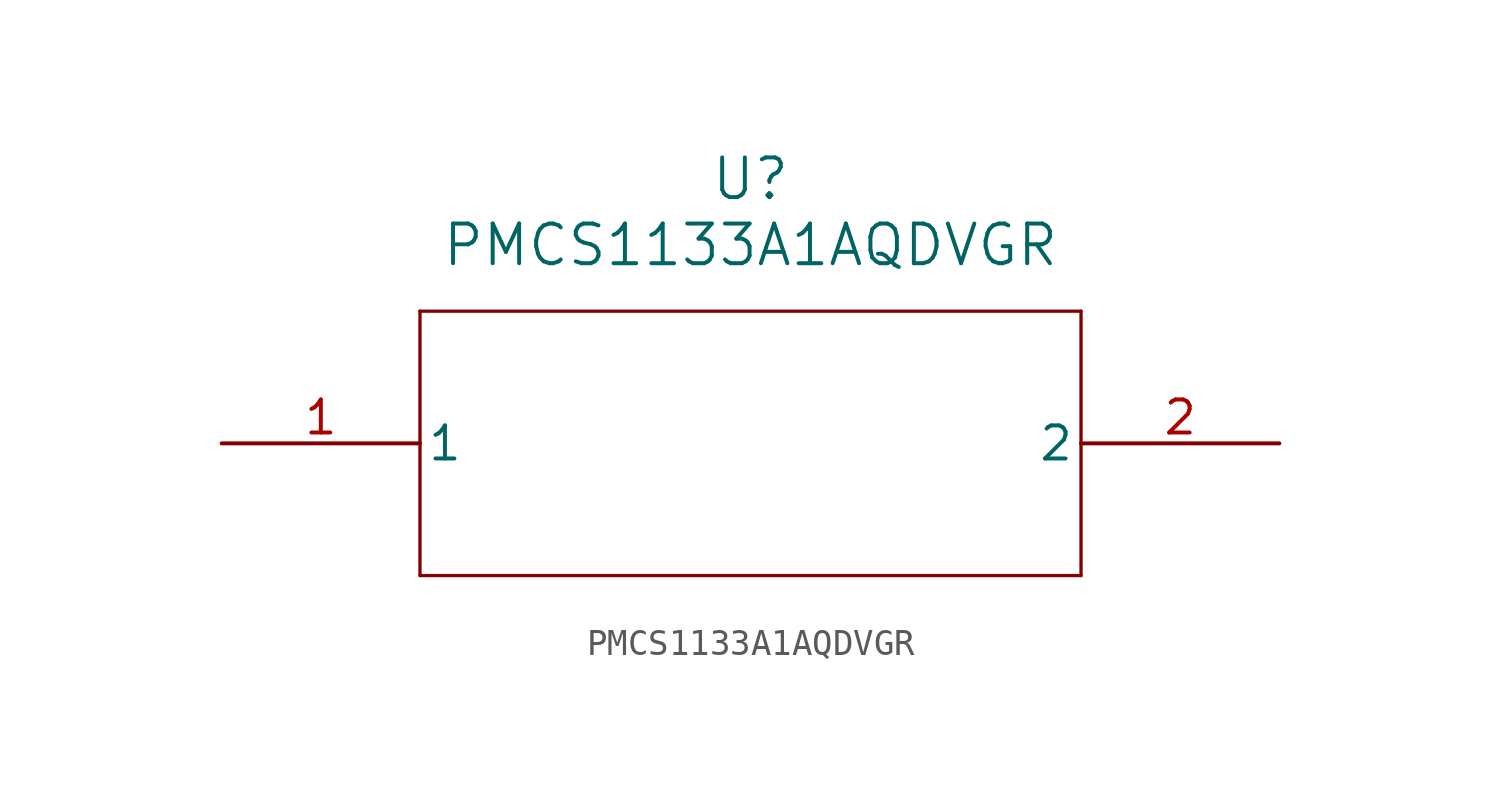
<source format=kicad_sym>
(kicad_symbol_lib
  (version 20211014)
  (generator kicad_symbol_editor)
  (symbol "PMCS1133A1AQDVGR"
    (pin_names
      (offset 0.254))
    (property "Reference" "U"
      (at 20.32 10.16 0)
      (effects (font (size 1.524 1.524))))
    (property "Value" "PMCS1133A1AQDVGR"
      (at 20.32 7.62 0)
      (effects (font (size 1.524 1.524))))
    (symbol "PMCS1133A1AQDVGR_0_1"
      (polyline (pts (xy 7.62 5.08) (xy 7.62 -5.08)) (stroke (width 0.127) (type default) (color 0 0 0 0)) (fill (type none)))
      (polyline (pts (xy 7.62 -5.08) (xy 33.02 -5.08)) (stroke (width 0.127) (type default) (color 0 0 0 0)) (fill (type none)))
      (polyline (pts (xy 33.02 -5.08) (xy 33.02 5.08)) (stroke (width 0.127) (type default) (color 0 0 0 0)) (fill (type none)))
      (polyline (pts (xy 33.02 5.08) (xy 7.62 5.08)) (stroke (width 0.127) (type default) (color 0 0 0 0)) (fill (type none)))
      (pin unspecified line (at 0 0 0) (length 7.62) (name "1" (effects (font (size 1.27 1.27)))) (number "1" (effects (font (size 1.27 1.27)))))
      (pin unspecified line (at 40.64 0 180) (length 7.62) (name "2" (effects (font (size 1.27 1.27)))) (number "2" (effects (font (size 1.27 1.27))))))))
</source>
